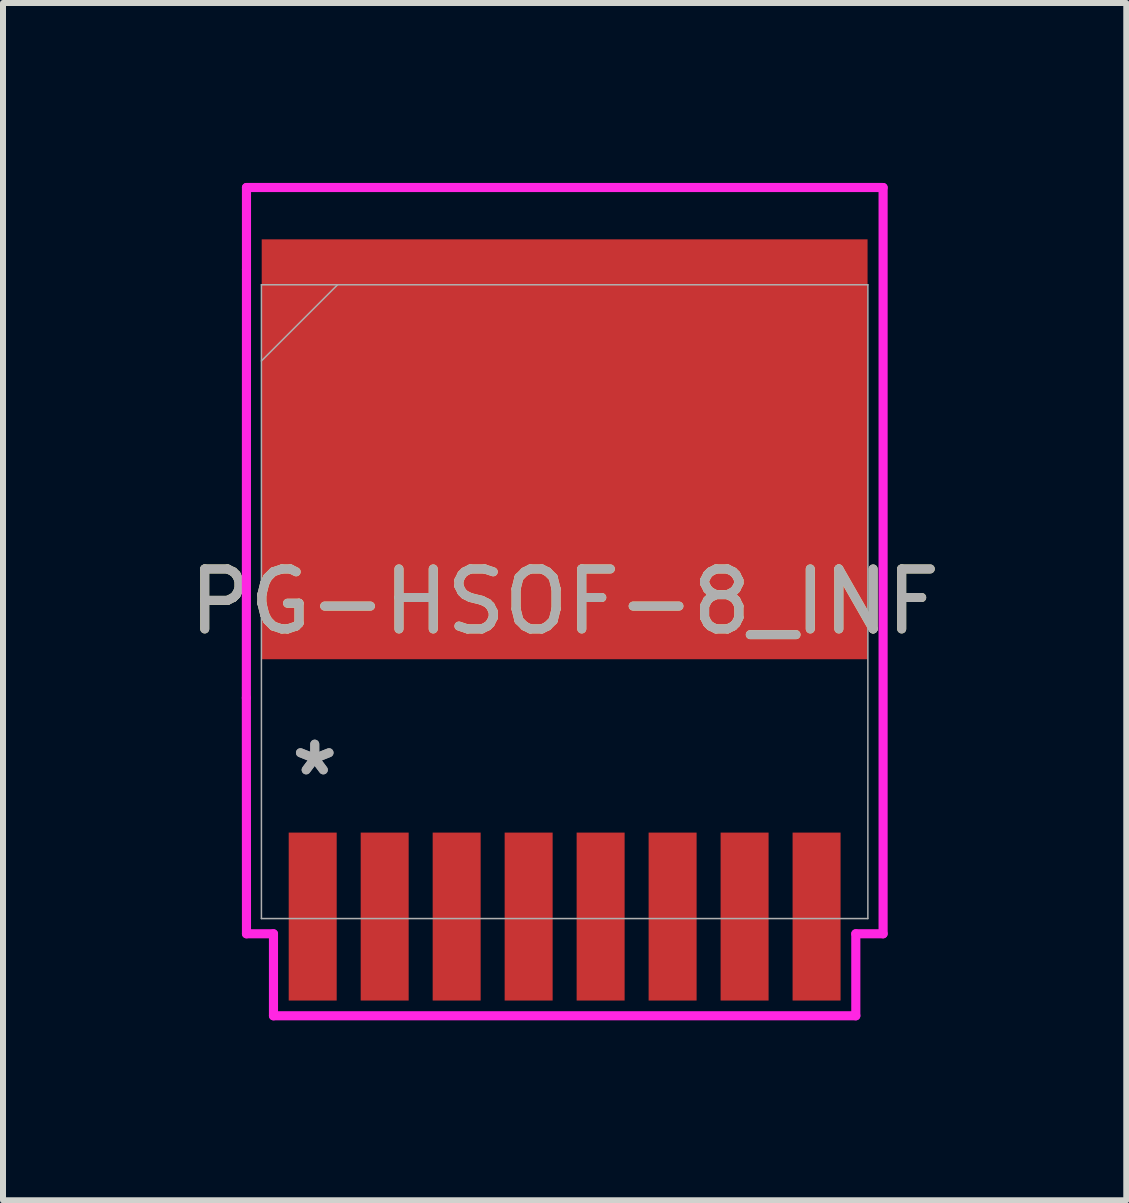
<source format=kicad_pcb>
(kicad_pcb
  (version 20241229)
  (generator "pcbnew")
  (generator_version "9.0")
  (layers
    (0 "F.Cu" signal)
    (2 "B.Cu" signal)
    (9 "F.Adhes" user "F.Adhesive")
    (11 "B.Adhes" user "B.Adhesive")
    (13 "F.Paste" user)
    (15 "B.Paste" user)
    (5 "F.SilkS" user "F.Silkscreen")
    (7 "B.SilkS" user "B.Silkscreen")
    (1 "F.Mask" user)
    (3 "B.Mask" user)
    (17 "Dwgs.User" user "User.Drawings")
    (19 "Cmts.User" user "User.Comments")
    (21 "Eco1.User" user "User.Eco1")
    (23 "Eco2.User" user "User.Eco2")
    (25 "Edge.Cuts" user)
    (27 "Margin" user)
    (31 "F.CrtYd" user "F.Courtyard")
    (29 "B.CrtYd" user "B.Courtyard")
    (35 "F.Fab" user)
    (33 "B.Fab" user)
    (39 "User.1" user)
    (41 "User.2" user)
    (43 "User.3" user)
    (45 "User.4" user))
  (footprint "PG-HSOF-8_INF"
    (layer "F.Cu")
    (at 6.363 6.98)
    (property "Reference" "PG-HSOF-8_INF" (at 0 0 0) (unlocked yes) (layer "F.SilkS") (effects (font (size 1 1) (thickness 0.15))))
    (attr smd)
    (fp_poly (pts (xy -5.25 -6.65) (xy 5.25 -6.65) (xy 5.35 1.45) (xy -5.15 1.45)) (stroke (width 0) (type solid)) (fill yes) (layer "F.Mask"))
    (fp_poly (pts (xy -3.4 3.85) (xy 4.6 3.85) (xy 4.6 6.65) (xy -3.4 6.65)) (stroke (width 0) (type solid)) (fill yes) (layer "F.Mask"))
    (fp_poly (pts (xy -3.7 -5.83) (xy -3.71 -5.928) (xy -3.738 -6.021) (xy -3.784 -6.108) (xy -3.846 -6.184) (xy -3.922 -6.246) (xy -4.009 -6.292) (xy -4.102 -6.32) (xy -4.2 -6.33) (xy -4.298 -6.32) (xy -4.391 -6.292) (xy -4.478 -6.246) (xy -4.554 -6.184) (xy -4.616 -6.108) (xy -4.662 -6.021) (xy -4.69 -5.928) (xy -4.7 -5.83) (xy -4.69 -5.732) (xy -4.662 -5.639) (xy -4.616 -5.552) (xy -4.554 -5.476) (xy -4.478 -5.414) (xy -4.391 -5.368) (xy -4.298 -5.34) (xy -4.2 -5.33) (xy -4.102 -5.34) (xy -4.009 -5.368) (xy -3.922 -5.414) (xy -3.846 -5.476) (xy -3.784 -5.552) (xy -3.738 -5.639) (xy -3.71 -5.732)) (stroke (width 0) (type solid)) (fill yes) (layer "F.Paste"))
    (fp_poly (pts (xy -3.7 -1.03) (xy -3.71 -1.128) (xy -3.738 -1.221) (xy -3.784 -1.308) (xy -3.846 -1.384) (xy -3.922 -1.446) (xy -4.009 -1.492) (xy -4.102 -1.52) (xy -4.2 -1.53) (xy -4.298 -1.52) (xy -4.391 -1.492) (xy -4.478 -1.446) (xy -4.554 -1.384) (xy -4.616 -1.308) (xy -4.662 -1.221) (xy -4.69 -1.128) (xy -4.7 -1.03) (xy -4.69 -0.932) (xy -4.662 -0.839) (xy -4.616 -0.752) (xy -4.554 -0.676) (xy -4.478 -0.614) (xy -4.391 -0.568) (xy -4.298 -0.54) (xy -4.2 -0.53) (xy -4.102 -0.54) (xy -4.009 -0.568) (xy -3.922 -0.614) (xy -3.846 -0.676) (xy -3.784 -0.752) (xy -3.738 -0.839) (xy -3.71 -0.932)) (stroke (width 0) (type solid)) (fill yes) (layer "F.Paste"))
    (fp_poly (pts (xy -3.7 0.17) (xy -3.71 0.072) (xy -3.738 -0.021) (xy -3.784 -0.108) (xy -3.846 -0.184) (xy -3.922 -0.246) (xy -4.009 -0.292) (xy -4.102 -0.32) (xy -4.2 -0.33) (xy -4.298 -0.32) (xy -4.391 -0.292) (xy -4.478 -0.246) (xy -4.554 -0.184) (xy -4.616 -0.108) (xy -4.662 -0.021) (xy -4.69 0.072) (xy -4.7 0.17) (xy -4.69 0.268) (xy -4.662 0.361) (xy -4.616 0.448) (xy -4.554 0.524) (xy -4.478 0.586) (xy -4.391 0.632) (xy -4.298 0.66) (xy -4.2 0.67) (xy -4.102 0.66) (xy -4.009 0.632) (xy -3.922 0.586) (xy -3.846 0.524) (xy -3.784 0.448) (xy -3.738 0.361) (xy -3.71 0.268)) (stroke (width 0) (type solid)) (fill yes) (layer "F.Paste"))
    (fp_poly (pts (xy -2.5 -5.83) (xy -2.51 -5.928) (xy -2.538 -6.021) (xy -2.584 -6.108) (xy -2.646 -6.184) (xy -2.722 -6.246) (xy -2.809 -6.292) (xy -2.902 -6.32) (xy -3 -6.33) (xy -3.098 -6.32) (xy -3.191 -6.292) (xy -3.278 -6.246) (xy -3.354 -6.184) (xy -3.416 -6.108) (xy -3.462 -6.021) (xy -3.49 -5.928) (xy -3.5 -5.83) (xy -3.49 -5.732) (xy -3.462 -5.639) (xy -3.416 -5.552) (xy -3.354 -5.476) (xy -3.278 -5.414) (xy -3.191 -5.368) (xy -3.098 -5.34) (xy -3 -5.33) (xy -2.902 -5.34) (xy -2.809 -5.368) (xy -2.722 -5.414) (xy -2.646 -5.476) (xy -2.584 -5.552) (xy -2.538 -5.639) (xy -2.51 -5.732)) (stroke (width 0) (type solid)) (fill yes) (layer "F.Paste"))
    (fp_poly (pts (xy -2.5 -4.63) (xy -2.51 -4.728) (xy -2.538 -4.821) (xy -2.584 -4.908) (xy -2.646 -4.984) (xy -2.722 -5.046) (xy -2.809 -5.092) (xy -2.902 -5.12) (xy -3 -5.13) (xy -3.098 -5.12) (xy -3.191 -5.092) (xy -3.278 -5.046) (xy -3.354 -4.984) (xy -3.416 -4.908) (xy -3.462 -4.821) (xy -3.49 -4.728) (xy -3.5 -4.63) (xy -3.49 -4.532) (xy -3.462 -4.439) (xy -3.416 -4.352) (xy -3.354 -4.276) (xy -3.278 -4.214) (xy -3.191 -4.168) (xy -3.098 -4.14) (xy -3 -4.13) (xy -2.902 -4.14) (xy -2.809 -4.168) (xy -2.722 -4.214) (xy -2.646 -4.276) (xy -2.584 -4.352) (xy -2.538 -4.439) (xy -2.51 -4.532)) (stroke (width 0) (type solid)) (fill yes) (layer "F.Paste"))
    (fp_poly (pts (xy -2.5 -3.43) (xy -2.51 -3.528) (xy -2.538 -3.621) (xy -2.584 -3.708) (xy -2.646 -3.784) (xy -2.722 -3.846) (xy -2.809 -3.892) (xy -2.902 -3.92) (xy -3 -3.93) (xy -3.098 -3.92) (xy -3.191 -3.892) (xy -3.278 -3.846) (xy -3.354 -3.784) (xy -3.416 -3.708) (xy -3.462 -3.621) (xy -3.49 -3.528) (xy -3.5 -3.43) (xy -3.49 -3.332) (xy -3.462 -3.239) (xy -3.416 -3.152) (xy -3.354 -3.076) (xy -3.278 -3.014) (xy -3.191 -2.968) (xy -3.098 -2.94) (xy -3 -2.93) (xy -2.902 -2.94) (xy -2.809 -2.968) (xy -2.722 -3.014) (xy -2.646 -3.076) (xy -2.584 -3.152) (xy -2.538 -3.239) (xy -2.51 -3.332)) (stroke (width 0) (type solid)) (fill yes) (layer "F.Paste"))
    (fp_poly (pts (xy -2.5 -2.23) (xy -2.51 -2.328) (xy -2.538 -2.421) (xy -2.584 -2.508) (xy -2.646 -2.584) (xy -2.722 -2.646) (xy -2.809 -2.692) (xy -2.902 -2.72) (xy -3 -2.73) (xy -3.098 -2.72) (xy -3.191 -2.692) (xy -3.278 -2.646) (xy -3.354 -2.584) (xy -3.416 -2.508) (xy -3.462 -2.421) (xy -3.49 -2.328) (xy -3.5 -2.23) (xy -3.49 -2.132) (xy -3.462 -2.039) (xy -3.416 -1.952) (xy -3.354 -1.876) (xy -3.278 -1.814) (xy -3.191 -1.768) (xy -3.098 -1.74) (xy -3 -1.73) (xy -2.902 -1.74) (xy -2.809 -1.768) (xy -2.722 -1.814) (xy -2.646 -1.876) (xy -2.584 -1.952) (xy -2.538 -2.039) (xy -2.51 -2.132)) (stroke (width 0) (type solid)) (fill yes) (layer "F.Paste"))
    (fp_poly (pts (xy -2.5 -1.03) (xy -2.51 -1.128) (xy -2.538 -1.221) (xy -2.584 -1.308) (xy -2.646 -1.384) (xy -2.722 -1.446) (xy -2.809 -1.492) (xy -2.902 -1.52) (xy -3 -1.53) (xy -3.098 -1.52) (xy -3.191 -1.492) (xy -3.278 -1.446) (xy -3.354 -1.384) (xy -3.416 -1.308) (xy -3.462 -1.221) (xy -3.49 -1.128) (xy -3.5 -1.03) (xy -3.49 -0.932) (xy -3.462 -0.839) (xy -3.416 -0.752) (xy -3.354 -0.676) (xy -3.278 -0.614) (xy -3.191 -0.568) (xy -3.098 -0.54) (xy -3 -0.53) (xy -2.902 -0.54) (xy -2.809 -0.568) (xy -2.722 -0.614) (xy -2.646 -0.676) (xy -2.584 -0.752) (xy -2.538 -0.839) (xy -2.51 -0.932)) (stroke (width 0) (type solid)) (fill yes) (layer "F.Paste"))
    (fp_poly (pts (xy -2.5 0.17) (xy -2.51 0.072) (xy -2.538 -0.021) (xy -2.584 -0.108) (xy -2.646 -0.184) (xy -2.722 -0.246) (xy -2.809 -0.292) (xy -2.902 -0.32) (xy -3 -0.33) (xy -3.098 -0.32) (xy -3.191 -0.292) (xy -3.278 -0.246) (xy -3.354 -0.184) (xy -3.416 -0.108) (xy -3.462 -0.021) (xy -3.49 0.072) (xy -3.5 0.17) (xy -3.49 0.268) (xy -3.462 0.361) (xy -3.416 0.448) (xy -3.354 0.524) (xy -3.278 0.586) (xy -3.191 0.632) (xy -3.098 0.66) (xy -3 0.67) (xy -2.902 0.66) (xy -2.809 0.632) (xy -2.722 0.586) (xy -2.646 0.524) (xy -2.584 0.448) (xy -2.538 0.361) (xy -2.51 0.268)) (stroke (width 0) (type solid)) (fill yes) (layer "F.Paste"))
    (fp_poly (pts (xy -1.3 -5.83) (xy -1.31 -5.928) (xy -1.338 -6.021) (xy -1.384 -6.108) (xy -1.446 -6.184) (xy -1.522 -6.246) (xy -1.609 -6.292) (xy -1.702 -6.32) (xy -1.8 -6.33) (xy -1.898 -6.32) (xy -1.991 -6.292) (xy -2.078 -6.246) (xy -2.154 -6.184) (xy -2.216 -6.108) (xy -2.262 -6.021) (xy -2.29 -5.928) (xy -2.3 -5.83) (xy -2.29 -5.732) (xy -2.262 -5.639) (xy -2.216 -5.552) (xy -2.154 -5.476) (xy -2.078 -5.414) (xy -1.991 -5.368) (xy -1.898 -5.34) (xy -1.8 -5.33) (xy -1.702 -5.34) (xy -1.609 -5.368) (xy -1.522 -5.414) (xy -1.446 -5.476) (xy -1.384 -5.552) (xy -1.338 -5.639) (xy -1.31 -5.732)) (stroke (width 0) (type solid)) (fill yes) (layer "F.Paste"))
    (fp_poly (pts (xy -1.3 -4.63) (xy -1.31 -4.728) (xy -1.338 -4.821) (xy -1.384 -4.908) (xy -1.446 -4.984) (xy -1.522 -5.046) (xy -1.609 -5.092) (xy -1.702 -5.12) (xy -1.8 -5.13) (xy -1.898 -5.12) (xy -1.991 -5.092) (xy -2.078 -5.046) (xy -2.154 -4.984) (xy -2.216 -4.908) (xy -2.262 -4.821) (xy -2.29 -4.728) (xy -2.3 -4.63) (xy -2.29 -4.532) (xy -2.262 -4.439) (xy -2.216 -4.352) (xy -2.154 -4.276) (xy -2.078 -4.214) (xy -1.991 -4.168) (xy -1.898 -4.14) (xy -1.8 -4.13) (xy -1.702 -4.14) (xy -1.609 -4.168) (xy -1.522 -4.214) (xy -1.446 -4.276) (xy -1.384 -4.352) (xy -1.338 -4.439) (xy -1.31 -4.532)) (stroke (width 0) (type solid)) (fill yes) (layer "F.Paste"))
    (fp_poly (pts (xy -1.3 -3.43) (xy -1.31 -3.528) (xy -1.338 -3.621) (xy -1.384 -3.708) (xy -1.446 -3.784) (xy -1.522 -3.846) (xy -1.609 -3.892) (xy -1.702 -3.92) (xy -1.8 -3.93) (xy -1.898 -3.92) (xy -1.991 -3.892) (xy -2.078 -3.846) (xy -2.154 -3.784) (xy -2.216 -3.708) (xy -2.262 -3.621) (xy -2.29 -3.528) (xy -2.3 -3.43) (xy -2.29 -3.332) (xy -2.262 -3.239) (xy -2.216 -3.152) (xy -2.154 -3.076) (xy -2.078 -3.014) (xy -1.991 -2.968) (xy -1.898 -2.94) (xy -1.8 -2.93) (xy -1.702 -2.94) (xy -1.609 -2.968) (xy -1.522 -3.014) (xy -1.446 -3.076) (xy -1.384 -3.152) (xy -1.338 -3.239) (xy -1.31 -3.332)) (stroke (width 0) (type solid)) (fill yes) (layer "F.Paste"))
    (fp_poly (pts (xy -1.3 -2.23) (xy -1.31 -2.328) (xy -1.338 -2.421) (xy -1.384 -2.508) (xy -1.446 -2.584) (xy -1.522 -2.646) (xy -1.609 -2.692) (xy -1.702 -2.72) (xy -1.8 -2.73) (xy -1.898 -2.72) (xy -1.991 -2.692) (xy -2.078 -2.646) (xy -2.154 -2.584) (xy -2.216 -2.508) (xy -2.262 -2.421) (xy -2.29 -2.328) (xy -2.3 -2.23) (xy -2.29 -2.132) (xy -2.262 -2.039) (xy -2.216 -1.952) (xy -2.154 -1.876) (xy -2.078 -1.814) (xy -1.991 -1.768) (xy -1.898 -1.74) (xy -1.8 -1.73) (xy -1.702 -1.74) (xy -1.609 -1.768) (xy -1.522 -1.814) (xy -1.446 -1.876) (xy -1.384 -1.952) (xy -1.338 -2.039) (xy -1.31 -2.132)) (stroke (width 0) (type solid)) (fill yes) (layer "F.Paste"))
    (fp_poly (pts (xy -1.3 -1.03) (xy -1.31 -1.128) (xy -1.338 -1.221) (xy -1.384 -1.308) (xy -1.446 -1.384) (xy -1.522 -1.446) (xy -1.609 -1.492) (xy -1.702 -1.52) (xy -1.8 -1.53) (xy -1.898 -1.52) (xy -1.991 -1.492) (xy -2.078 -1.446) (xy -2.154 -1.384) (xy -2.216 -1.308) (xy -2.262 -1.221) (xy -2.29 -1.128) (xy -2.3 -1.03) (xy -2.29 -0.932) (xy -2.262 -0.839) (xy -2.216 -0.752) (xy -2.154 -0.676) (xy -2.078 -0.614) (xy -1.991 -0.568) (xy -1.898 -0.54) (xy -1.8 -0.53) (xy -1.702 -0.54) (xy -1.609 -0.568) (xy -1.522 -0.614) (xy -1.446 -0.676) (xy -1.384 -0.752) (xy -1.338 -0.839) (xy -1.31 -0.932)) (stroke (width 0) (type solid)) (fill yes) (layer "F.Paste"))
    (fp_poly (pts (xy -1.3 0.17) (xy -1.31 0.072) (xy -1.338 -0.021) (xy -1.384 -0.108) (xy -1.446 -0.184) (xy -1.522 -0.246) (xy -1.609 -0.292) (xy -1.702 -0.32) (xy -1.8 -0.33) (xy -1.898 -0.32) (xy -1.991 -0.292) (xy -2.078 -0.246) (xy -2.154 -0.184) (xy -2.216 -0.108) (xy -2.262 -0.021) (xy -2.29 0.072) (xy -2.3 0.17) (xy -2.29 0.268) (xy -2.262 0.361) (xy -2.216 0.448) (xy -2.154 0.524) (xy -2.078 0.586) (xy -1.991 0.632) (xy -1.898 0.66) (xy -1.8 0.67) (xy -1.702 0.66) (xy -1.609 0.632) (xy -1.522 0.586) (xy -1.446 0.524) (xy -1.384 0.448) (xy -1.338 0.361) (xy -1.31 0.268)) (stroke (width 0) (type solid)) (fill yes) (layer "F.Paste"))
    (fp_poly (pts (xy -0.1 -5.83) (xy -0.11 -5.928) (xy -0.138 -6.021) (xy -0.184 -6.108) (xy -0.246 -6.184) (xy -0.322 -6.246) (xy -0.409 -6.292) (xy -0.502 -6.32) (xy -0.6 -6.33) (xy -0.698 -6.32) (xy -0.791 -6.292) (xy -0.878 -6.246) (xy -0.954 -6.184) (xy -1.016 -6.108) (xy -1.062 -6.021) (xy -1.09 -5.928) (xy -1.1 -5.83) (xy -1.09 -5.732) (xy -1.062 -5.639) (xy -1.016 -5.552) (xy -0.954 -5.476) (xy -0.878 -5.414) (xy -0.791 -5.368) (xy -0.698 -5.34) (xy -0.6 -5.33) (xy -0.502 -5.34) (xy -0.409 -5.368) (xy -0.322 -5.414) (xy -0.246 -5.476) (xy -0.184 -5.552) (xy -0.138 -5.639) (xy -0.11 -5.732)) (stroke (width 0) (type solid)) (fill yes) (layer "F.Paste"))
    (fp_poly (pts (xy -0.1 -4.63) (xy -0.11 -4.728) (xy -0.138 -4.821) (xy -0.184 -4.908) (xy -0.246 -4.984) (xy -0.322 -5.046) (xy -0.409 -5.092) (xy -0.502 -5.12) (xy -0.6 -5.13) (xy -0.698 -5.12) (xy -0.791 -5.092) (xy -0.878 -5.046) (xy -0.954 -4.984) (xy -1.016 -4.908) (xy -1.062 -4.821) (xy -1.09 -4.728) (xy -1.1 -4.63) (xy -1.09 -4.532) (xy -1.062 -4.439) (xy -1.016 -4.352) (xy -0.954 -4.276) (xy -0.878 -4.214) (xy -0.791 -4.168) (xy -0.698 -4.14) (xy -0.6 -4.13) (xy -0.502 -4.14) (xy -0.409 -4.168) (xy -0.322 -4.214) (xy -0.246 -4.276) (xy -0.184 -4.352) (xy -0.138 -4.439) (xy -0.11 -4.532)) (stroke (width 0) (type solid)) (fill yes) (layer "F.Paste"))
    (fp_poly (pts (xy -0.1 -3.43) (xy -0.11 -3.528) (xy -0.138 -3.621) (xy -0.184 -3.708) (xy -0.246 -3.784) (xy -0.322 -3.846) (xy -0.409 -3.892) (xy -0.502 -3.92) (xy -0.6 -3.93) (xy -0.698 -3.92) (xy -0.791 -3.892) (xy -0.878 -3.846) (xy -0.954 -3.784) (xy -1.016 -3.708) (xy -1.062 -3.621) (xy -1.09 -3.528) (xy -1.1 -3.43) (xy -1.09 -3.332) (xy -1.062 -3.239) (xy -1.016 -3.152) (xy -0.954 -3.076) (xy -0.878 -3.014) (xy -0.791 -2.968) (xy -0.698 -2.94) (xy -0.6 -2.93) (xy -0.502 -2.94) (xy -0.409 -2.968) (xy -0.322 -3.014) (xy -0.246 -3.076) (xy -0.184 -3.152) (xy -0.138 -3.239) (xy -0.11 -3.332)) (stroke (width 0) (type solid)) (fill yes) (layer "F.Paste"))
    (fp_poly (pts (xy -0.1 -2.23) (xy -0.11 -2.328) (xy -0.138 -2.421) (xy -0.184 -2.508) (xy -0.246 -2.584) (xy -0.322 -2.646) (xy -0.409 -2.692) (xy -0.502 -2.72) (xy -0.6 -2.73) (xy -0.698 -2.72) (xy -0.791 -2.692) (xy -0.878 -2.646) (xy -0.954 -2.584) (xy -1.016 -2.508) (xy -1.062 -2.421) (xy -1.09 -2.328) (xy -1.1 -2.23) (xy -1.09 -2.132) (xy -1.062 -2.039) (xy -1.016 -1.952) (xy -0.954 -1.876) (xy -0.878 -1.814) (xy -0.791 -1.768) (xy -0.698 -1.74) (xy -0.6 -1.73) (xy -0.502 -1.74) (xy -0.409 -1.768) (xy -0.322 -1.814) (xy -0.246 -1.876) (xy -0.184 -1.952) (xy -0.138 -2.039) (xy -0.11 -2.132)) (stroke (width 0) (type solid)) (fill yes) (layer "F.Paste"))
    (fp_poly (pts (xy -0.1 -1.03) (xy -0.11 -1.128) (xy -0.138 -1.221) (xy -0.184 -1.308) (xy -0.246 -1.384) (xy -0.322 -1.446) (xy -0.409 -1.492) (xy -0.502 -1.52) (xy -0.6 -1.53) (xy -0.698 -1.52) (xy -0.791 -1.492) (xy -0.878 -1.446) (xy -0.954 -1.384) (xy -1.016 -1.308) (xy -1.062 -1.221) (xy -1.09 -1.128) (xy -1.1 -1.03) (xy -1.09 -0.932) (xy -1.062 -0.839) (xy -1.016 -0.752) (xy -0.954 -0.676) (xy -0.878 -0.614) (xy -0.791 -0.568) (xy -0.698 -0.54) (xy -0.6 -0.53) (xy -0.502 -0.54) (xy -0.409 -0.568) (xy -0.322 -0.614) (xy -0.246 -0.676) (xy -0.184 -0.752) (xy -0.138 -0.839) (xy -0.11 -0.932)) (stroke (width 0) (type solid)) (fill yes) (layer "F.Paste"))
    (fp_poly (pts (xy -0.1 0.17) (xy -0.11 0.072) (xy -0.138 -0.021) (xy -0.184 -0.108) (xy -0.246 -0.184) (xy -0.322 -0.246) (xy -0.409 -0.292) (xy -0.502 -0.32) (xy -0.6 -0.33) (xy -0.698 -0.32) (xy -0.791 -0.292) (xy -0.878 -0.246) (xy -0.954 -0.184) (xy -1.016 -0.108) (xy -1.062 -0.021) (xy -1.09 0.072) (xy -1.1 0.17) (xy -1.09 0.268) (xy -1.062 0.361) (xy -1.016 0.448) (xy -0.954 0.524) (xy -0.878 0.586) (xy -0.791 0.632) (xy -0.698 0.66) (xy -0.6 0.67) (xy -0.502 0.66) (xy -0.409 0.632) (xy -0.322 0.586) (xy -0.246 0.524) (xy -0.184 0.448) (xy -0.138 0.361) (xy -0.11 0.268)) (stroke (width 0) (type solid)) (fill yes) (layer "F.Paste"))
    (fp_poly (pts (xy 1.1 -5.83) (xy 1.09 -5.928) (xy 1.062 -6.021) (xy 1.016 -6.108) (xy 0.954 -6.184) (xy 0.878 -6.246) (xy 0.791 -6.292) (xy 0.698 -6.32) (xy 0.6 -6.33) (xy 0.502 -6.32) (xy 0.409 -6.292) (xy 0.322 -6.246) (xy 0.246 -6.184) (xy 0.184 -6.108) (xy 0.138 -6.021) (xy 0.11 -5.928) (xy 0.1 -5.83) (xy 0.11 -5.732) (xy 0.138 -5.639) (xy 0.184 -5.552) (xy 0.246 -5.476) (xy 0.322 -5.414) (xy 0.409 -5.368) (xy 0.502 -5.34) (xy 0.6 -5.33) (xy 0.698 -5.34) (xy 0.791 -5.368) (xy 0.878 -5.414) (xy 0.954 -5.476) (xy 1.016 -5.552) (xy 1.062 -5.639) (xy 1.09 -5.732)) (stroke (width 0) (type solid)) (fill yes) (layer "F.Paste"))
    (fp_poly (pts (xy 1.1 -4.63) (xy 1.09 -4.728) (xy 1.062 -4.821) (xy 1.016 -4.908) (xy 0.954 -4.984) (xy 0.878 -5.046) (xy 0.791 -5.092) (xy 0.698 -5.12) (xy 0.6 -5.13) (xy 0.502 -5.12) (xy 0.409 -5.092) (xy 0.322 -5.046) (xy 0.246 -4.984) (xy 0.184 -4.908) (xy 0.138 -4.821) (xy 0.11 -4.728) (xy 0.1 -4.63) (xy 0.11 -4.532) (xy 0.138 -4.439) (xy 0.184 -4.352) (xy 0.246 -4.276) (xy 0.322 -4.214) (xy 0.409 -4.168) (xy 0.502 -4.14) (xy 0.6 -4.13) (xy 0.698 -4.14) (xy 0.791 -4.168) (xy 0.878 -4.214) (xy 0.954 -4.276) (xy 1.016 -4.352) (xy 1.062 -4.439) (xy 1.09 -4.532)) (stroke (width 0) (type solid)) (fill yes) (layer "F.Paste"))
    (fp_poly (pts (xy 1.1 -3.43) (xy 1.09 -3.528) (xy 1.062 -3.621) (xy 1.016 -3.708) (xy 0.954 -3.784) (xy 0.878 -3.846) (xy 0.791 -3.892) (xy 0.698 -3.92) (xy 0.6 -3.93) (xy 0.502 -3.92) (xy 0.409 -3.892) (xy 0.322 -3.846) (xy 0.246 -3.784) (xy 0.184 -3.708) (xy 0.138 -3.621) (xy 0.11 -3.528) (xy 0.1 -3.43) (xy 0.11 -3.332) (xy 0.138 -3.239) (xy 0.184 -3.152) (xy 0.246 -3.076) (xy 0.322 -3.014) (xy 0.409 -2.968) (xy 0.502 -2.94) (xy 0.6 -2.93) (xy 0.698 -2.94) (xy 0.791 -2.968) (xy 0.878 -3.014) (xy 0.954 -3.076) (xy 1.016 -3.152) (xy 1.062 -3.239) (xy 1.09 -3.332)) (stroke (width 0) (type solid)) (fill yes) (layer "F.Paste"))
    (fp_poly (pts (xy 1.1 -2.23) (xy 1.09 -2.328) (xy 1.062 -2.421) (xy 1.016 -2.508) (xy 0.954 -2.584) (xy 0.878 -2.646) (xy 0.791 -2.692) (xy 0.698 -2.72) (xy 0.6 -2.73) (xy 0.502 -2.72) (xy 0.409 -2.692) (xy 0.322 -2.646) (xy 0.246 -2.584) (xy 0.184 -2.508) (xy 0.138 -2.421) (xy 0.11 -2.328) (xy 0.1 -2.23) (xy 0.11 -2.132) (xy 0.138 -2.039) (xy 0.184 -1.952) (xy 0.246 -1.876) (xy 0.322 -1.814) (xy 0.409 -1.768) (xy 0.502 -1.74) (xy 0.6 -1.73) (xy 0.698 -1.74) (xy 0.791 -1.768) (xy 0.878 -1.814) (xy 0.954 -1.876) (xy 1.016 -1.952) (xy 1.062 -2.039) (xy 1.09 -2.132)) (stroke (width 0) (type solid)) (fill yes) (layer "F.Paste"))
    (fp_poly (pts (xy 1.1 -1.03) (xy 1.09 -1.128) (xy 1.062 -1.221) (xy 1.016 -1.308) (xy 0.954 -1.384) (xy 0.878 -1.446) (xy 0.791 -1.492) (xy 0.698 -1.52) (xy 0.6 -1.53) (xy 0.502 -1.52) (xy 0.409 -1.492) (xy 0.322 -1.446) (xy 0.246 -1.384) (xy 0.184 -1.308) (xy 0.138 -1.221) (xy 0.11 -1.128) (xy 0.1 -1.03) (xy 0.11 -0.932) (xy 0.138 -0.839) (xy 0.184 -0.752) (xy 0.246 -0.676) (xy 0.322 -0.614) (xy 0.409 -0.568) (xy 0.502 -0.54) (xy 0.6 -0.53) (xy 0.698 -0.54) (xy 0.791 -0.568) (xy 0.878 -0.614) (xy 0.954 -0.676) (xy 1.016 -0.752) (xy 1.062 -0.839) (xy 1.09 -0.932)) (stroke (width 0) (type solid)) (fill yes) (layer "F.Paste"))
    (fp_poly (pts (xy 1.1 0.17) (xy 1.09 0.072) (xy 1.062 -0.021) (xy 1.016 -0.108) (xy 0.954 -0.184) (xy 0.878 -0.246) (xy 0.791 -0.292) (xy 0.698 -0.32) (xy 0.6 -0.33) (xy 0.502 -0.32) (xy 0.409 -0.292) (xy 0.322 -0.246) (xy 0.246 -0.184) (xy 0.184 -0.108) (xy 0.138 -0.021) (xy 0.11 0.072) (xy 0.1 0.17) (xy 0.11 0.268) (xy 0.138 0.361) (xy 0.184 0.448) (xy 0.246 0.524) (xy 0.322 0.586) (xy 0.409 0.632) (xy 0.502 0.66) (xy 0.6 0.67) (xy 0.698 0.66) (xy 0.791 0.632) (xy 0.878 0.586) (xy 0.954 0.524) (xy 1.016 0.448) (xy 1.062 0.361) (xy 1.09 0.268)) (stroke (width 0) (type solid)) (fill yes) (layer "F.Paste"))
    (fp_poly (pts (xy 2.3 -5.83) (xy 2.29 -5.928) (xy 2.262 -6.021) (xy 2.216 -6.108) (xy 2.154 -6.184) (xy 2.078 -6.246) (xy 1.991 -6.292) (xy 1.898 -6.32) (xy 1.8 -6.33) (xy 1.702 -6.32) (xy 1.609 -6.292) (xy 1.522 -6.246) (xy 1.446 -6.184) (xy 1.384 -6.108) (xy 1.338 -6.021) (xy 1.31 -5.928) (xy 1.3 -5.83) (xy 1.31 -5.732) (xy 1.338 -5.639) (xy 1.384 -5.552) (xy 1.446 -5.476) (xy 1.522 -5.414) (xy 1.609 -5.368) (xy 1.702 -5.34) (xy 1.8 -5.33) (xy 1.898 -5.34) (xy 1.991 -5.368) (xy 2.078 -5.414) (xy 2.154 -5.476) (xy 2.216 -5.552) (xy 2.262 -5.639) (xy 2.29 -5.732)) (stroke (width 0) (type solid)) (fill yes) (layer "F.Paste"))
    (fp_poly (pts (xy 2.3 -4.63) (xy 2.29 -4.728) (xy 2.262 -4.821) (xy 2.216 -4.908) (xy 2.154 -4.984) (xy 2.078 -5.046) (xy 1.991 -5.092) (xy 1.898 -5.12) (xy 1.8 -5.13) (xy 1.702 -5.12) (xy 1.609 -5.092) (xy 1.522 -5.046) (xy 1.446 -4.984) (xy 1.384 -4.908) (xy 1.338 -4.821) (xy 1.31 -4.728) (xy 1.3 -4.63) (xy 1.31 -4.532) (xy 1.338 -4.439) (xy 1.384 -4.352) (xy 1.446 -4.276) (xy 1.522 -4.214) (xy 1.609 -4.168) (xy 1.702 -4.14) (xy 1.8 -4.13) (xy 1.898 -4.14) (xy 1.991 -4.168) (xy 2.078 -4.214) (xy 2.154 -4.276) (xy 2.216 -4.352) (xy 2.262 -4.439) (xy 2.29 -4.532)) (stroke (width 0) (type solid)) (fill yes) (layer "F.Paste"))
    (fp_poly (pts (xy 2.3 -3.43) (xy 2.29 -3.528) (xy 2.262 -3.621) (xy 2.216 -3.708) (xy 2.154 -3.784) (xy 2.078 -3.846) (xy 1.991 -3.892) (xy 1.898 -3.92) (xy 1.8 -3.93) (xy 1.702 -3.92) (xy 1.609 -3.892) (xy 1.522 -3.846) (xy 1.446 -3.784) (xy 1.384 -3.708) (xy 1.338 -3.621) (xy 1.31 -3.528) (xy 1.3 -3.43) (xy 1.31 -3.332) (xy 1.338 -3.239) (xy 1.384 -3.152) (xy 1.446 -3.076) (xy 1.522 -3.014) (xy 1.609 -2.968) (xy 1.702 -2.94) (xy 1.8 -2.93) (xy 1.898 -2.94) (xy 1.991 -2.968) (xy 2.078 -3.014) (xy 2.154 -3.076) (xy 2.216 -3.152) (xy 2.262 -3.239) (xy 2.29 -3.332)) (stroke (width 0) (type solid)) (fill yes) (layer "F.Paste"))
    (fp_poly (pts (xy 2.3 -2.23) (xy 2.29 -2.328) (xy 2.262 -2.421) (xy 2.216 -2.508) (xy 2.154 -2.584) (xy 2.078 -2.646) (xy 1.991 -2.692) (xy 1.898 -2.72) (xy 1.8 -2.73) (xy 1.702 -2.72) (xy 1.609 -2.692) (xy 1.522 -2.646) (xy 1.446 -2.584) (xy 1.384 -2.508) (xy 1.338 -2.421) (xy 1.31 -2.328) (xy 1.3 -2.23) (xy 1.31 -2.132) (xy 1.338 -2.039) (xy 1.384 -1.952) (xy 1.446 -1.876) (xy 1.522 -1.814) (xy 1.609 -1.768) (xy 1.702 -1.74) (xy 1.8 -1.73) (xy 1.898 -1.74) (xy 1.991 -1.768) (xy 2.078 -1.814) (xy 2.154 -1.876) (xy 2.216 -1.952) (xy 2.262 -2.039) (xy 2.29 -2.132)) (stroke (width 0) (type solid)) (fill yes) (layer "F.Paste"))
    (fp_poly (pts (xy 2.3 -1.03) (xy 2.29 -1.128) (xy 2.262 -1.221) (xy 2.216 -1.308) (xy 2.154 -1.384) (xy 2.078 -1.446) (xy 1.991 -1.492) (xy 1.898 -1.52) (xy 1.8 -1.53) (xy 1.702 -1.52) (xy 1.609 -1.492) (xy 1.522 -1.446) (xy 1.446 -1.384) (xy 1.384 -1.308) (xy 1.338 -1.221) (xy 1.31 -1.128) (xy 1.3 -1.03) (xy 1.31 -0.932) (xy 1.338 -0.839) (xy 1.384 -0.752) (xy 1.446 -0.676) (xy 1.522 -0.614) (xy 1.609 -0.568) (xy 1.702 -0.54) (xy 1.8 -0.53) (xy 1.898 -0.54) (xy 1.991 -0.568) (xy 2.078 -0.614) (xy 2.154 -0.676) (xy 2.216 -0.752) (xy 2.262 -0.839) (xy 2.29 -0.932)) (stroke (width 0) (type solid)) (fill yes) (layer "F.Paste"))
    (fp_poly (pts (xy 2.3 0.17) (xy 2.29 0.072) (xy 2.262 -0.021) (xy 2.216 -0.108) (xy 2.154 -0.184) (xy 2.078 -0.246) (xy 1.991 -0.292) (xy 1.898 -0.32) (xy 1.8 -0.33) (xy 1.702 -0.32) (xy 1.609 -0.292) (xy 1.522 -0.246) (xy 1.446 -0.184) (xy 1.384 -0.108) (xy 1.338 -0.021) (xy 1.31 0.072) (xy 1.3 0.17) (xy 1.31 0.268) (xy 1.338 0.361) (xy 1.384 0.448) (xy 1.446 0.524) (xy 1.522 0.586) (xy 1.609 0.632) (xy 1.702 0.66) (xy 1.8 0.67) (xy 1.898 0.66) (xy 1.991 0.632) (xy 2.078 0.586) (xy 2.154 0.524) (xy 2.216 0.448) (xy 2.262 0.361) (xy 2.29 0.268)) (stroke (width 0) (type solid)) (fill yes) (layer "F.Paste"))
    (fp_poly (pts (xy 3.5 -5.83) (xy 3.49 -5.928) (xy 3.462 -6.021) (xy 3.416 -6.108) (xy 3.354 -6.184) (xy 3.278 -6.246) (xy 3.191 -6.292) (xy 3.098 -6.32) (xy 3 -6.33) (xy 2.902 -6.32) (xy 2.809 -6.292) (xy 2.722 -6.246) (xy 2.646 -6.184) (xy 2.584 -6.108) (xy 2.538 -6.021) (xy 2.51 -5.928) (xy 2.5 -5.83) (xy 2.51 -5.732) (xy 2.538 -5.639) (xy 2.584 -5.552) (xy 2.646 -5.476) (xy 2.722 -5.414) (xy 2.809 -5.368) (xy 2.902 -5.34) (xy 3 -5.33) (xy 3.098 -5.34) (xy 3.191 -5.368) (xy 3.278 -5.414) (xy 3.354 -5.476) (xy 3.416 -5.552) (xy 3.462 -5.639) (xy 3.49 -5.732)) (stroke (width 0) (type solid)) (fill yes) (layer "F.Paste"))
    (fp_poly (pts (xy 3.5 -4.63) (xy 3.49 -4.728) (xy 3.462 -4.821) (xy 3.416 -4.908) (xy 3.354 -4.984) (xy 3.278 -5.046) (xy 3.191 -5.092) (xy 3.098 -5.12) (xy 3 -5.13) (xy 2.902 -5.12) (xy 2.809 -5.092) (xy 2.722 -5.046) (xy 2.646 -4.984) (xy 2.584 -4.908) (xy 2.538 -4.821) (xy 2.51 -4.728) (xy 2.5 -4.63) (xy 2.51 -4.532) (xy 2.538 -4.439) (xy 2.584 -4.352) (xy 2.646 -4.276) (xy 2.722 -4.214) (xy 2.809 -4.168) (xy 2.902 -4.14) (xy 3 -4.13) (xy 3.098 -4.14) (xy 3.191 -4.168) (xy 3.278 -4.214) (xy 3.354 -4.276) (xy 3.416 -4.352) (xy 3.462 -4.439) (xy 3.49 -4.532)) (stroke (width 0) (type solid)) (fill yes) (layer "F.Paste"))
    (fp_poly (pts (xy 3.5 -3.43) (xy 3.49 -3.528) (xy 3.462 -3.621) (xy 3.416 -3.708) (xy 3.354 -3.784) (xy 3.278 -3.846) (xy 3.191 -3.892) (xy 3.098 -3.92) (xy 3 -3.93) (xy 2.902 -3.92) (xy 2.809 -3.892) (xy 2.722 -3.846) (xy 2.646 -3.784) (xy 2.584 -3.708) (xy 2.538 -3.621) (xy 2.51 -3.528) (xy 2.5 -3.43) (xy 2.51 -3.332) (xy 2.538 -3.239) (xy 2.584 -3.152) (xy 2.646 -3.076) (xy 2.722 -3.014) (xy 2.809 -2.968) (xy 2.902 -2.94) (xy 3 -2.93) (xy 3.098 -2.94) (xy 3.191 -2.968) (xy 3.278 -3.014) (xy 3.354 -3.076) (xy 3.416 -3.152) (xy 3.462 -3.239) (xy 3.49 -3.332)) (stroke (width 0) (type solid)) (fill yes) (layer "F.Paste"))
    (fp_poly (pts (xy 3.5 -2.23) (xy 3.49 -2.328) (xy 3.462 -2.421) (xy 3.416 -2.508) (xy 3.354 -2.584) (xy 3.278 -2.646) (xy 3.191 -2.692) (xy 3.098 -2.72) (xy 3 -2.73) (xy 2.902 -2.72) (xy 2.809 -2.692) (xy 2.722 -2.646) (xy 2.646 -2.584) (xy 2.584 -2.508) (xy 2.538 -2.421) (xy 2.51 -2.328) (xy 2.5 -2.23) (xy 2.51 -2.132) (xy 2.538 -2.039) (xy 2.584 -1.952) (xy 2.646 -1.876) (xy 2.722 -1.814) (xy 2.809 -1.768) (xy 2.902 -1.74) (xy 3 -1.73) (xy 3.098 -1.74) (xy 3.191 -1.768) (xy 3.278 -1.814) (xy 3.354 -1.876) (xy 3.416 -1.952) (xy 3.462 -2.039) (xy 3.49 -2.132)) (stroke (width 0) (type solid)) (fill yes) (layer "F.Paste"))
    (fp_poly (pts (xy 3.5 -1.03) (xy 3.49 -1.128) (xy 3.462 -1.221) (xy 3.416 -1.308) (xy 3.354 -1.384) (xy 3.278 -1.446) (xy 3.191 -1.492) (xy 3.098 -1.52) (xy 3 -1.53) (xy 2.902 -1.52) (xy 2.809 -1.492) (xy 2.722 -1.446) (xy 2.646 -1.384) (xy 2.584 -1.308) (xy 2.538 -1.221) (xy 2.51 -1.128) (xy 2.5 -1.03) (xy 2.51 -0.932) (xy 2.538 -0.839) (xy 2.584 -0.752) (xy 2.646 -0.676) (xy 2.722 -0.614) (xy 2.809 -0.568) (xy 2.902 -0.54) (xy 3 -0.53) (xy 3.098 -0.54) (xy 3.191 -0.568) (xy 3.278 -0.614) (xy 3.354 -0.676) (xy 3.416 -0.752) (xy 3.462 -0.839) (xy 3.49 -0.932)) (stroke (width 0) (type solid)) (fill yes) (layer "F.Paste"))
    (fp_poly (pts (xy 3.5 0.17) (xy 3.49 0.072) (xy 3.462 -0.021) (xy 3.416 -0.108) (xy 3.354 -0.184) (xy 3.278 -0.246) (xy 3.191 -0.292) (xy 3.098 -0.32) (xy 3 -0.33) (xy 2.902 -0.32) (xy 2.809 -0.292) (xy 2.722 -0.246) (xy 2.646 -0.184) (xy 2.584 -0.108) (xy 2.538 -0.021) (xy 2.51 0.072) (xy 2.5 0.17) (xy 2.51 0.268) (xy 2.538 0.361) (xy 2.584 0.448) (xy 2.646 0.524) (xy 2.722 0.586) (xy 2.809 0.632) (xy 2.902 0.66) (xy 3 0.67) (xy 3.098 0.66) (xy 3.191 0.632) (xy 3.278 0.586) (xy 3.354 0.524) (xy 3.416 0.448) (xy 3.462 0.361) (xy 3.49 0.268)) (stroke (width 0) (type solid)) (fill yes) (layer "F.Paste"))
    (fp_poly (pts (xy 4.7 -5.83) (xy 4.69 -5.928) (xy 4.662 -6.021) (xy 4.616 -6.108) (xy 4.554 -6.184) (xy 4.478 -6.246) (xy 4.391 -6.292) (xy 4.298 -6.32) (xy 4.2 -6.33) (xy 4.102 -6.32) (xy 4.009 -6.292) (xy 3.922 -6.246) (xy 3.846 -6.184) (xy 3.784 -6.108) (xy 3.738 -6.021) (xy 3.71 -5.928) (xy 3.7 -5.83) (xy 3.71 -5.732) (xy 3.738 -5.639) (xy 3.784 -5.552) (xy 3.846 -5.476) (xy 3.922 -5.414) (xy 4.009 -5.368) (xy 4.102 -5.34) (xy 4.2 -5.33) (xy 4.298 -5.34) (xy 4.391 -5.368) (xy 4.478 -5.414) (xy 4.554 -5.476) (xy 4.616 -5.552) (xy 4.662 -5.639) (xy 4.69 -5.732)) (stroke (width 0) (type solid)) (fill yes) (layer "F.Paste"))
    (fp_poly (pts (xy 4.7 -1.03) (xy 4.69 -1.128) (xy 4.662 -1.221) (xy 4.616 -1.308) (xy 4.554 -1.384) (xy 4.478 -1.446) (xy 4.391 -1.492) (xy 4.298 -1.52) (xy 4.2 -1.53) (xy 4.102 -1.52) (xy 4.009 -1.492) (xy 3.922 -1.446) (xy 3.846 -1.384) (xy 3.784 -1.308) (xy 3.738 -1.221) (xy 3.71 -1.128) (xy 3.7 -1.03) (xy 3.71 -0.932) (xy 3.738 -0.839) (xy 3.784 -0.752) (xy 3.846 -0.676) (xy 3.922 -0.614) (xy 4.009 -0.568) (xy 4.102 -0.54) (xy 4.2 -0.53) (xy 4.298 -0.54) (xy 4.391 -0.568) (xy 4.478 -0.614) (xy 4.554 -0.676) (xy 4.616 -0.752) (xy 4.662 -0.839) (xy 4.69 -0.932)) (stroke (width 0) (type solid)) (fill yes) (layer "F.Paste"))
    (fp_poly (pts (xy 4.7 0.17) (xy 4.69 0.072) (xy 4.662 -0.021) (xy 4.616 -0.108) (xy 4.554 -0.184) (xy 4.478 -0.246) (xy 4.391 -0.292) (xy 4.298 -0.32) (xy 4.2 -0.33) (xy 4.102 -0.32) (xy 4.009 -0.292) (xy 3.922 -0.246) (xy 3.846 -0.184) (xy 3.784 -0.108) (xy 3.738 -0.021) (xy 3.71 0.072) (xy 3.7 0.17) (xy 3.71 0.268) (xy 3.738 0.361) (xy 3.784 0.448) (xy 3.846 0.524) (xy 3.922 0.586) (xy 4.009 0.632) (xy 4.102 0.66) (xy 4.2 0.67) (xy 4.298 0.66) (xy 4.391 0.632) (xy 4.478 0.586) (xy 4.554 0.524) (xy 4.616 0.448) (xy 4.662 0.361) (xy 4.69 0.268)) (stroke (width 0) (type solid)) (fill yes) (layer "F.Paste"))
    (fp_line (start -5.306 1.604) (end -5.304 5.537) (stroke (width 0.152) (type solid)) (layer "F.CrtYd"))
    (fp_line (start -5.304 -6.904) (end -5.304 -5.537) (stroke (width 0.152) (type solid)) (layer "F.CrtYd"))
    (fp_line (start -5.304 -5.537) (end -5.306 1.604) (stroke (width 0.152) (type solid)) (layer "F.CrtYd"))
    (fp_line (start -5.304 5.537) (end -4.854 5.537) (stroke (width 0.152) (type solid)) (layer "F.CrtYd"))
    (fp_line (start -4.854 5.537) (end -4.854 6.904) (stroke (width 0.152) (type solid)) (layer "F.CrtYd"))
    (fp_line (start -4.854 6.904) (end 4.854 6.904) (stroke (width 0.152) (type solid)) (layer "F.CrtYd"))
    (fp_line (start 4.854 5.537) (end 5.309 5.537) (stroke (width 0.152) (type solid)) (layer "F.CrtYd"))
    (fp_line (start 4.854 6.904) (end 4.854 5.537) (stroke (width 0.152) (type solid)) (layer "F.CrtYd"))
    (fp_line (start 5.309 -6.904) (end -5.304 -6.904) (stroke (width 0.152) (type solid)) (layer "F.CrtYd"))
    (fp_line (start 5.309 5.537) (end 5.309 -6.904) (stroke (width 0.152) (type solid)) (layer "F.CrtYd"))
    (fp_line (start -5.055 -5.283) (end -5.055 5.283) (stroke (width 0.025) (type solid)) (layer "F.Fab"))
    (fp_line (start -5.055 -4.013) (end -3.785 -5.283) (stroke (width 0.025) (type solid)) (layer "F.Fab"))
    (fp_line (start -5.055 5.283) (end 5.055 5.283) (stroke (width 0.025) (type solid)) (layer "F.Fab"))
    (fp_line (start 5.055 -5.283) (end -5.055 -5.283) (stroke (width 0.025) (type solid)) (layer "F.Fab"))
    (fp_line (start 5.055 5.283) (end 5.055 -5.283) (stroke (width 0.025) (type solid)) (layer "F.Fab"))
    (fp_text user "${REFERENCE}" (at 0 0 0) (unlocked yes) (layer "F.Fab") (effects (font (size 1 1) (thickness 0.15))))
    (fp_text user "*" (at -4.166 2.921 0) (layer "F.Fab") (effects (font (size 1 1) (thickness 0.15))))
    (fp_text user "*" (at -4.166 2.921 0) (unlocked yes) (layer "F.Fab") (effects (font (size 1 1) (thickness 0.15))))
    (pad "1" smd rect (at -4.2 5.25 90) (size 2.8 0.8) (layers "F.Cu" "F.Mask" "F.Paste"))
    (pad "2" smd rect (at -3 5.25 90) (size 2.8 0.8) (layers "F.Cu" "F.Mask" "F.Paste"))
    (pad "3" smd rect (at -1.8 5.25 90) (size 2.8 0.8) (layers "F.Cu" "F.Mask" "F.Paste"))
    (pad "4" smd rect (at -0.6 5.25 90) (size 2.8 0.8) (layers "F.Cu" "F.Mask" "F.Paste"))
    (pad "5" smd rect (at 0.6 5.25 90) (size 2.8 0.8) (layers "F.Cu" "F.Mask" "F.Paste"))
    (pad "6" smd rect (at 1.8 5.25 90) (size 2.8 0.8) (layers "F.Cu" "F.Mask" "F.Paste"))
    (pad "7" smd rect (at 3 5.25 90) (size 2.8 0.8) (layers "F.Cu" "F.Mask" "F.Paste"))
    (pad "8" smd rect (at 4.2 5.25 90) (size 2.8 0.8) (layers "F.Cu" "F.Mask" "F.Paste"))
    (pad "9" smd rect (at -0.584 -3.454) (size 0.127 0.127) (layers "F.Cu" "F.Mask" "F.Paste"))
    (pad "9" smd rect (at 0 -2.54) (size 10.1 7) (layers "F.Cu" "F.Mask" "F.Paste")))
  (gr_rect
    (start -3 -3)
    (end 15.726 16.96)
    (stroke (width 0.1) (type default))
    (fill no)
    (layer "Edge.Cuts")))
</source>
